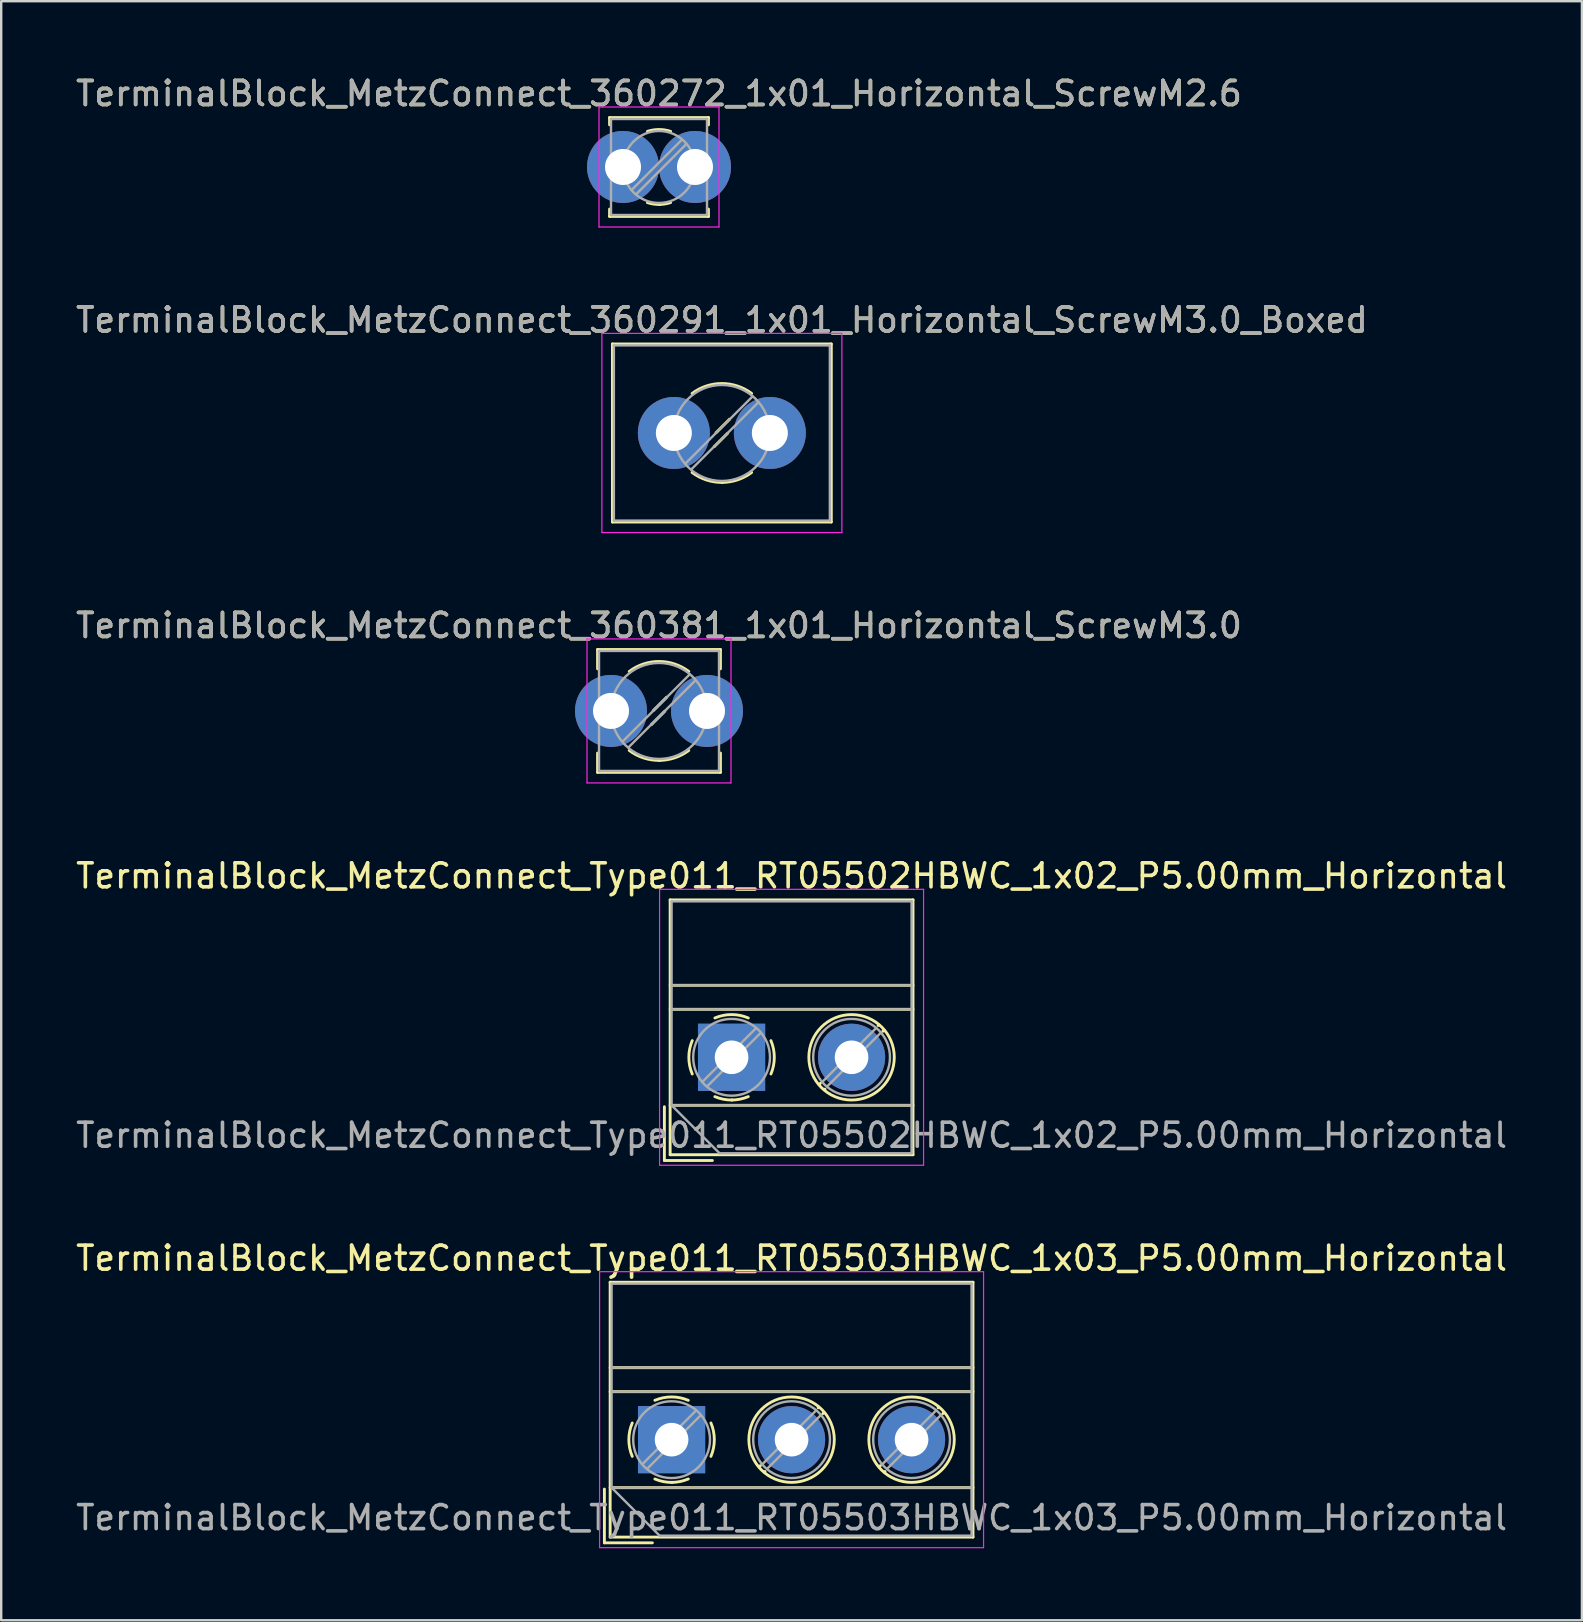
<source format=kicad_pcb>
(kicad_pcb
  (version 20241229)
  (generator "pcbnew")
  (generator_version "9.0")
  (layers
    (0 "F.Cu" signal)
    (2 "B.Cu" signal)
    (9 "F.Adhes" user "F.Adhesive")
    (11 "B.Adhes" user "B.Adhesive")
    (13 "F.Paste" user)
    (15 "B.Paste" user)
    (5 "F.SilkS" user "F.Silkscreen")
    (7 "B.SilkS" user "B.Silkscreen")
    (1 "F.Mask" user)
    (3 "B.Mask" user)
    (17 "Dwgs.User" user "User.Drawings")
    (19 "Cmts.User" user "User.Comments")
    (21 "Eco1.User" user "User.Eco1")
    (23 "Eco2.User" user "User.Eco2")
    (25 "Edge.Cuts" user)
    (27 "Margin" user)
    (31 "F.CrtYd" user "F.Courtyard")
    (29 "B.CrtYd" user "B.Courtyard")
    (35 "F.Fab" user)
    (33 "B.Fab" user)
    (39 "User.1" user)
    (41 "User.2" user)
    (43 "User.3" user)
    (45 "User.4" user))
  (footprint "TerminalBlock_MetzConnect_Type011_RT05503HBWC_1x03_P5.00mm_Horizontal"
    (layer "F.Cu")
    (at 24.935 56.941)
    (property "Reference" "TerminalBlock_MetzConnect_Type011_RT05503HBWC_1x03_P5.00mm_Horizontal" (at 5 -7.56 0) (layer "F.SilkS") (effects (font (size 1 1) (thickness 0.15))))
    (attr through_hole)
    (fp_line (start -2.8 2.06) (end -2.8 4.3) (stroke (width 0.12) (type solid)) (layer "F.SilkS"))
    (fp_line (start -2.8 4.3) (end -0.8 4.3) (stroke (width 0.12) (type solid)) (layer "F.SilkS"))
    (fp_line (start -2.56 -6.56) (end -2.56 4.06) (stroke (width 0.12) (type solid)) (layer "F.SilkS"))
    (fp_line (start -2.56 -6.56) (end 12.56 -6.56) (stroke (width 0.12) (type solid)) (layer "F.SilkS"))
    (fp_line (start -2.56 -3) (end 12.56 -3) (stroke (width 0.12) (type solid)) (layer "F.SilkS"))
    (fp_line (start -2.56 -2) (end 12.56 -2) (stroke (width 0.12) (type solid)) (layer "F.SilkS"))
    (fp_line (start -2.56 2) (end 12.56 2) (stroke (width 0.12) (type solid)) (layer "F.SilkS"))
    (fp_line (start -2.56 4.06) (end 12.56 4.06) (stroke (width 0.12) (type solid)) (layer "F.SilkS"))
    (fp_line (start 3.7 1.083) (end 3.65 1.133) (stroke (width 0.12) (type solid)) (layer "F.SilkS"))
    (fp_line (start 3.892 1.325) (end 3.868 1.35) (stroke (width 0.12) (type solid)) (layer "F.SilkS"))
    (fp_line (start 6.133 -1.35) (end 6.108 -1.326) (stroke (width 0.12) (type solid)) (layer "F.SilkS"))
    (fp_line (start 6.35 -1.133) (end 6.301 -1.083) (stroke (width 0.12) (type solid)) (layer "F.SilkS"))
    (fp_line (start 8.7 1.083) (end 8.65 1.133) (stroke (width 0.12) (type solid)) (layer "F.SilkS"))
    (fp_line (start 8.892 1.325) (end 8.868 1.35) (stroke (width 0.12) (type solid)) (layer "F.SilkS"))
    (fp_line (start 11.133 -1.35) (end 11.108 -1.326) (stroke (width 0.12) (type solid)) (layer "F.SilkS"))
    (fp_line (start 11.35 -1.133) (end 11.301 -1.083) (stroke (width 0.12) (type solid)) (layer "F.SilkS"))
    (fp_line (start 12.56 -6.56) (end 12.56 4.06) (stroke (width 0.12) (type solid)) (layer "F.SilkS"))
    (fp_arc (start -1.639206 0.695516) (mid -1.780657 -0.000263) (end -1.639 -0.696) (stroke (width 0.12) (type solid)) (layer "F.SilkS"))
    (fp_arc (start -0.695516 -1.639206) (mid 0.000263 -1.780657) (end 0.696 -1.639) (stroke (width 0.12) (type solid)) (layer "F.SilkS"))
    (fp_arc (start 0.030814 1.78039) (mid -0.340023 1.747891) (end -0.696 1.639) (stroke (width 0.12) (type solid)) (layer "F.SilkS"))
    (fp_arc (start 0.695501 1.638499) (mid 0.354875 1.744266) (end 0 1.78) (stroke (width 0.12) (type solid)) (layer "F.SilkS"))
    (fp_arc (start 1.639206 -0.695516) (mid 1.780657 0.000263) (end 1.639 0.696) (stroke (width 0.12) (type solid)) (layer "F.SilkS"))
    (fp_circle (center 5 0) (end 6.78 0) (stroke (width 0.12) (type solid)) (fill no) (layer "F.SilkS"))
    (fp_circle (center 10 0) (end 11.78 0) (stroke (width 0.12) (type solid)) (fill no) (layer "F.SilkS"))
    (fp_line (start -3 -7) (end -3 4.5) (stroke (width 0.05) (type solid)) (layer "F.CrtYd"))
    (fp_line (start -3 4.5) (end 13 4.5) (stroke (width 0.05) (type solid)) (layer "F.CrtYd"))
    (fp_line (start 13 -7) (end -3 -7) (stroke (width 0.05) (type solid)) (layer "F.CrtYd"))
    (fp_line (start 13 4.5) (end 13 -7) (stroke (width 0.05) (type solid)) (layer "F.CrtYd"))
    (fp_line (start -2.5 -6.5) (end 12.5 -6.5) (stroke (width 0.1) (type solid)) (layer "F.Fab"))
    (fp_line (start -2.5 -3) (end 12.5 -3) (stroke (width 0.1) (type solid)) (layer "F.Fab"))
    (fp_line (start -2.5 -2) (end 12.5 -2) (stroke (width 0.1) (type solid)) (layer "F.Fab"))
    (fp_line (start -2.5 2) (end -2.5 -6.5) (stroke (width 0.1) (type solid)) (layer "F.Fab"))
    (fp_line (start -2.5 2) (end 12.5 2) (stroke (width 0.1) (type solid)) (layer "F.Fab"))
    (fp_line (start -0.5 4) (end -2.5 2) (stroke (width 0.1) (type solid)) (layer "F.Fab"))
    (fp_line (start 1.019 -1.214) (end -1.214 1.018) (stroke (width 0.1) (type solid)) (layer "F.Fab"))
    (fp_line (start 1.214 -1.019) (end -1.019 1.214) (stroke (width 0.1) (type solid)) (layer "F.Fab"))
    (fp_line (start 6.019 -1.214) (end 3.787 1.018) (stroke (width 0.1) (type solid)) (layer "F.Fab"))
    (fp_line (start 6.214 -1.019) (end 3.982 1.214) (stroke (width 0.1) (type solid)) (layer "F.Fab"))
    (fp_line (start 11.019 -1.214) (end 8.787 1.018) (stroke (width 0.1) (type solid)) (layer "F.Fab"))
    (fp_line (start 11.214 -1.019) (end 8.982 1.214) (stroke (width 0.1) (type solid)) (layer "F.Fab"))
    (fp_line (start 12.5 -6.5) (end 12.5 4) (stroke (width 0.1) (type solid)) (layer "F.Fab"))
    (fp_line (start 12.5 4) (end -0.5 4) (stroke (width 0.1) (type solid)) (layer "F.Fab"))
    (fp_circle (center 0 0) (end 1.6 0) (stroke (width 0.1) (type solid)) (fill no) (layer "F.Fab"))
    (fp_circle (center 5 0) (end 6.6 0) (stroke (width 0.1) (type solid)) (fill no) (layer "F.Fab"))
    (fp_circle (center 10 0) (end 11.6 0) (stroke (width 0.1) (type solid)) (fill no) (layer "F.Fab"))
    (fp_text user "${REFERENCE}" (at 5 3.25 0) (layer "F.Fab") (effects (font (size 1 1) (thickness 0.15))))
    (pad "1" thru_hole rect (at 0 0) (size 2.8 2.8) (drill 1.4) (layers "*.Cu" "*.Mask"))
    (pad "2" thru_hole circle (at 5 0) (size 2.8 2.8) (drill 1.4) (layers "*.Cu" "*.Mask"))
    (pad "3" thru_hole circle (at 10 0) (size 2.8 2.8) (drill 1.4) (layers "*.Cu" "*.Mask")))
  (footprint "TerminalBlock_MetzConnect_360381_1x01_Horizontal_ScrewM3.0"
    (layer "F.Cu")
    (at 22.411 26.575)
    (property "Reference" "TerminalBlock_MetzConnect_360381_1x01_Horizontal_ScrewM3.0" (at 2 -3.56 0) (layer "F.SilkS") (effects (font (size 1 1) (thickness 0.15))))
    (attr through_hole)
    (fp_line (start -0.56 -2.56) (end -0.56 -1.755) (stroke (width 0.12) (type solid)) (layer "F.SilkS"))
    (fp_line (start -0.56 -2.56) (end 4.56 -2.56) (stroke (width 0.12) (type solid)) (layer "F.SilkS"))
    (fp_line (start -0.56 1.755) (end -0.56 2.56) (stroke (width 0.12) (type solid)) (layer "F.SilkS"))
    (fp_line (start -0.56 2.56) (end 4.56 2.56) (stroke (width 0.12) (type solid)) (layer "F.SilkS"))
    (fp_line (start 1.68 0.571) (end 1.68 0.571) (stroke (width 0.12) (type solid)) (layer "F.SilkS"))
    (fp_line (start 2.241 0.011) (end 1.708 0.543) (stroke (width 0.12) (type solid)) (layer "F.SilkS"))
    (fp_line (start 2.291 -0.543) (end 1.759 -0.011) (stroke (width 0.12) (type solid)) (layer "F.SilkS"))
    (fp_line (start 2.32 -0.572) (end 2.32 -0.572) (stroke (width 0.12) (type solid)) (layer "F.SilkS"))
    (fp_line (start 4.56 -2.56) (end 4.56 -1.755) (stroke (width 0.12) (type solid)) (layer "F.SilkS"))
    (fp_line (start 4.56 1.755) (end 4.56 2.56) (stroke (width 0.12) (type solid)) (layer "F.SilkS"))
    (fp_arc (start 0.759554 -1.645664) (mid 1.999721 -2.060805) (end 3.24 -1.646) (stroke (width 0.12) (type solid)) (layer "F.SilkS"))
    (fp_arc (start 2.034842 2.060314) (mid 1.362171 1.959409) (end 0.759 1.645) (stroke (width 0.12) (type solid)) (layer "F.SilkS"))
    (fp_arc (start 3.239739 1.645189) (mid 2.653648 1.953547) (end 2 2.06) (stroke (width 0.12) (type solid)) (layer "F.SilkS"))
    (fp_line (start -1 -3) (end -1 3) (stroke (width 0.05) (type solid)) (layer "F.CrtYd"))
    (fp_line (start -1 3) (end 5 3) (stroke (width 0.05) (type solid)) (layer "F.CrtYd"))
    (fp_line (start 5 -3) (end -1 -3) (stroke (width 0.05) (type solid)) (layer "F.CrtYd"))
    (fp_line (start 5 3) (end 5 -3) (stroke (width 0.05) (type solid)) (layer "F.CrtYd"))
    (fp_line (start -0.5 -2.5) (end -0.5 2.5) (stroke (width 0.1) (type solid)) (layer "F.Fab"))
    (fp_line (start -0.5 -2.5) (end 4.5 -2.5) (stroke (width 0.1) (type solid)) (layer "F.Fab"))
    (fp_line (start -0.5 2.5) (end 4.5 2.5) (stroke (width 0.1) (type solid)) (layer "F.Fab"))
    (fp_line (start 3.273 -1.517) (end 0.483 1.273) (stroke (width 0.1) (type solid)) (layer "F.Fab"))
    (fp_line (start 3.517 -1.273) (end 0.727 1.517) (stroke (width 0.1) (type solid)) (layer "F.Fab"))
    (fp_line (start 4.5 -2.5) (end 4.5 2.5) (stroke (width 0.1) (type solid)) (layer "F.Fab"))
    (fp_circle (center 2 0) (end 4 0) (stroke (width 0.1) (type solid)) (fill no) (layer "F.Fab"))
    (fp_text user "${REFERENCE}" (at 2 -3.56 0) (layer "F.Fab") (effects (font (size 1 1) (thickness 0.15))))
    (pad "1" thru_hole circle (at 0 0) (size 3 3) (drill 1.5) (layers "*.Cu" "*.Mask"))
    (pad "1" thru_hole circle (at 4 0) (size 3 3) (drill 1.5) (layers "*.Cu" "*.Mask")))
  (footprint "TerminalBlock_MetzConnect_360272_1x01_Horizontal_ScrewM2.6"
    (layer "F.Cu")
    (at 22.911 3.908)
    (property "Reference" "TerminalBlock_MetzConnect_360272_1x01_Horizontal_ScrewM2.6" (at 1.5 -3.06 0) (layer "F.SilkS") (effects (font (size 1 1) (thickness 0.15))))
    (attr through_hole)
    (fp_line (start -0.56 -2.06) (end -0.56 -1.755) (stroke (width 0.12) (type solid)) (layer "F.SilkS"))
    (fp_line (start -0.56 -2.06) (end 3.56 -2.06) (stroke (width 0.12) (type solid)) (layer "F.SilkS"))
    (fp_line (start -0.56 1.755) (end -0.56 2.06) (stroke (width 0.12) (type solid)) (layer "F.SilkS"))
    (fp_line (start -0.56 2.06) (end 3.56 2.06) (stroke (width 0.12) (type solid)) (layer "F.SilkS"))
    (fp_line (start 3.56 -2.06) (end 3.56 -1.755) (stroke (width 0.12) (type solid)) (layer "F.SilkS"))
    (fp_line (start 3.56 1.755) (end 3.56 2.06) (stroke (width 0.12) (type solid)) (layer "F.SilkS"))
    (fp_arc (start 1.018482 -1.484481) (mid 1.500779 -1.560623) (end 1.983 -1.484) (stroke (width 0.12) (type solid)) (layer "F.SilkS"))
    (fp_arc (start 1.526458 1.560399) (mid 1.268555 1.543366) (end 1.017 1.484) (stroke (width 0.12) (type solid)) (layer "F.SilkS"))
    (fp_arc (start 1.982067 1.483648) (mid 1.744038 1.540794) (end 1.5 1.56) (stroke (width 0.12) (type solid)) (layer "F.SilkS"))
    (fp_line (start -1 -2.5) (end -1 2.5) (stroke (width 0.05) (type solid)) (layer "F.CrtYd"))
    (fp_line (start -1 2.5) (end 4 2.5) (stroke (width 0.05) (type solid)) (layer "F.CrtYd"))
    (fp_line (start 4 -2.5) (end -1 -2.5) (stroke (width 0.05) (type solid)) (layer "F.CrtYd"))
    (fp_line (start 4 2.5) (end 4 -2.5) (stroke (width 0.05) (type solid)) (layer "F.CrtYd"))
    (fp_line (start -0.5 -2) (end -0.5 2) (stroke (width 0.1) (type solid)) (layer "F.Fab"))
    (fp_line (start -0.5 -2) (end 3.5 -2) (stroke (width 0.1) (type solid)) (layer "F.Fab"))
    (fp_line (start -0.5 2) (end 3.5 2) (stroke (width 0.1) (type solid)) (layer "F.Fab"))
    (fp_line (start 2.455 -1.138) (end 0.362 0.955) (stroke (width 0.1) (type solid)) (layer "F.Fab"))
    (fp_line (start 2.638 -0.955) (end 0.545 1.138) (stroke (width 0.1) (type solid)) (layer "F.Fab"))
    (fp_line (start 3.5 -2) (end 3.5 2) (stroke (width 0.1) (type solid)) (layer "F.Fab"))
    (fp_circle (center 1.5 0) (end 3 0) (stroke (width 0.1) (type solid)) (fill no) (layer "F.Fab"))
    (fp_text user "${REFERENCE}" (at 1.5 -3.06 0) (layer "F.Fab") (effects (font (size 1 1) (thickness 0.15))))
    (pad "1" thru_hole circle (at 0 0) (size 3 3) (drill 1.5) (layers "*.Cu" "*.Mask"))
    (pad "1" thru_hole circle (at 3 0) (size 3 3) (drill 1.5) (layers "*.Cu" "*.Mask")))
  (footprint "TerminalBlock_MetzConnect_Type011_RT05502HBWC_1x02_P5.00mm_Horizontal"
    (layer "F.Cu")
    (at 27.435 41.008)
    (property "Reference" "TerminalBlock_MetzConnect_Type011_RT05502HBWC_1x02_P5.00mm_Horizontal" (at 2.5 -7.56 0) (layer "F.SilkS") (effects (font (size 1 1) (thickness 0.15))))
    (attr through_hole)
    (fp_line (start -2.8 2.06) (end -2.8 4.3) (stroke (width 0.12) (type solid)) (layer "F.SilkS"))
    (fp_line (start -2.8 4.3) (end -0.8 4.3) (stroke (width 0.12) (type solid)) (layer "F.SilkS"))
    (fp_line (start -2.56 -6.56) (end -2.56 4.06) (stroke (width 0.12) (type solid)) (layer "F.SilkS"))
    (fp_line (start -2.56 -6.56) (end 7.56 -6.56) (stroke (width 0.12) (type solid)) (layer "F.SilkS"))
    (fp_line (start -2.56 -3) (end 7.56 -3) (stroke (width 0.12) (type solid)) (layer "F.SilkS"))
    (fp_line (start -2.56 -2) (end 7.56 -2) (stroke (width 0.12) (type solid)) (layer "F.SilkS"))
    (fp_line (start -2.56 2) (end 7.56 2) (stroke (width 0.12) (type solid)) (layer "F.SilkS"))
    (fp_line (start -2.56 4.06) (end 7.56 4.06) (stroke (width 0.12) (type solid)) (layer "F.SilkS"))
    (fp_line (start 3.7 1.083) (end 3.65 1.133) (stroke (width 0.12) (type solid)) (layer "F.SilkS"))
    (fp_line (start 3.892 1.325) (end 3.868 1.35) (stroke (width 0.12) (type solid)) (layer "F.SilkS"))
    (fp_line (start 6.133 -1.35) (end 6.108 -1.326) (stroke (width 0.12) (type solid)) (layer "F.SilkS"))
    (fp_line (start 6.35 -1.133) (end 6.301 -1.083) (stroke (width 0.12) (type solid)) (layer "F.SilkS"))
    (fp_line (start 7.56 -6.56) (end 7.56 4.06) (stroke (width 0.12) (type solid)) (layer "F.SilkS"))
    (fp_arc (start -1.639206 0.695516) (mid -1.780657 -0.000263) (end -1.639 -0.696) (stroke (width 0.12) (type solid)) (layer "F.SilkS"))
    (fp_arc (start -0.695516 -1.639206) (mid 0.000263 -1.780657) (end 0.696 -1.639) (stroke (width 0.12) (type solid)) (layer "F.SilkS"))
    (fp_arc (start 0.030814 1.78039) (mid -0.340023 1.747891) (end -0.696 1.639) (stroke (width 0.12) (type solid)) (layer "F.SilkS"))
    (fp_arc (start 0.695501 1.638499) (mid 0.354875 1.744266) (end 0 1.78) (stroke (width 0.12) (type solid)) (layer "F.SilkS"))
    (fp_arc (start 1.639206 -0.695516) (mid 1.780657 0.000263) (end 1.639 0.696) (stroke (width 0.12) (type solid)) (layer "F.SilkS"))
    (fp_circle (center 5 0) (end 6.78 0) (stroke (width 0.12) (type solid)) (fill no) (layer "F.SilkS"))
    (fp_line (start -3 -7) (end -3 4.5) (stroke (width 0.05) (type solid)) (layer "F.CrtYd"))
    (fp_line (start -3 4.5) (end 8 4.5) (stroke (width 0.05) (type solid)) (layer "F.CrtYd"))
    (fp_line (start 8 -7) (end -3 -7) (stroke (width 0.05) (type solid)) (layer "F.CrtYd"))
    (fp_line (start 8 4.5) (end 8 -7) (stroke (width 0.05) (type solid)) (layer "F.CrtYd"))
    (fp_line (start -2.5 -6.5) (end 7.5 -6.5) (stroke (width 0.1) (type solid)) (layer "F.Fab"))
    (fp_line (start -2.5 -3) (end 7.5 -3) (stroke (width 0.1) (type solid)) (layer "F.Fab"))
    (fp_line (start -2.5 -2) (end 7.5 -2) (stroke (width 0.1) (type solid)) (layer "F.Fab"))
    (fp_line (start -2.5 2) (end -2.5 -6.5) (stroke (width 0.1) (type solid)) (layer "F.Fab"))
    (fp_line (start -2.5 2) (end 7.5 2) (stroke (width 0.1) (type solid)) (layer "F.Fab"))
    (fp_line (start -0.5 4) (end -2.5 2) (stroke (width 0.1) (type solid)) (layer "F.Fab"))
    (fp_line (start 1.019 -1.214) (end -1.214 1.018) (stroke (width 0.1) (type solid)) (layer "F.Fab"))
    (fp_line (start 1.214 -1.019) (end -1.019 1.214) (stroke (width 0.1) (type solid)) (layer "F.Fab"))
    (fp_line (start 6.019 -1.214) (end 3.787 1.018) (stroke (width 0.1) (type solid)) (layer "F.Fab"))
    (fp_line (start 6.214 -1.019) (end 3.982 1.214) (stroke (width 0.1) (type solid)) (layer "F.Fab"))
    (fp_line (start 7.5 -6.5) (end 7.5 4) (stroke (width 0.1) (type solid)) (layer "F.Fab"))
    (fp_line (start 7.5 4) (end -0.5 4) (stroke (width 0.1) (type solid)) (layer "F.Fab"))
    (fp_circle (center 0 0) (end 1.6 0) (stroke (width 0.1) (type solid)) (fill no) (layer "F.Fab"))
    (fp_circle (center 5 0) (end 6.6 0) (stroke (width 0.1) (type solid)) (fill no) (layer "F.Fab"))
    (fp_text user "${REFERENCE}" (at 2.5 3.25 0) (layer "F.Fab") (effects (font (size 1 1) (thickness 0.15))))
    (pad "1" thru_hole rect (at 0 0) (size 2.8 2.8) (drill 1.4) (layers "*.Cu" "*.Mask"))
    (pad "2" thru_hole circle (at 5 0) (size 2.8 2.8) (drill 1.4) (layers "*.Cu" "*.Mask")))
  (footprint "TerminalBlock_MetzConnect_360291_1x01_Horizontal_ScrewM3.0_Boxed"
    (layer "F.Cu")
    (at 25.03 14.992)
    (property "Reference" "TerminalBlock_MetzConnect_360291_1x01_Horizontal_ScrewM3.0_Boxed" (at 2 -4.71 0) (layer "F.SilkS") (effects (font (size 1 1) (thickness 0.15))))
    (attr through_hole)
    (fp_line (start -2.56 -3.71) (end -2.56 3.71) (stroke (width 0.12) (type solid)) (layer "F.SilkS"))
    (fp_line (start -2.56 -3.71) (end 6.56 -3.71) (stroke (width 0.12) (type solid)) (layer "F.SilkS"))
    (fp_line (start -2.56 3.71) (end 6.56 3.71) (stroke (width 0.12) (type solid)) (layer "F.SilkS"))
    (fp_line (start 1.68 0.571) (end 1.68 0.571) (stroke (width 0.12) (type solid)) (layer "F.SilkS"))
    (fp_line (start 2.241 0.011) (end 1.708 0.543) (stroke (width 0.12) (type solid)) (layer "F.SilkS"))
    (fp_line (start 2.291 -0.543) (end 1.759 -0.011) (stroke (width 0.12) (type solid)) (layer "F.SilkS"))
    (fp_line (start 2.32 -0.572) (end 2.32 -0.572) (stroke (width 0.12) (type solid)) (layer "F.SilkS"))
    (fp_line (start 6.56 -3.71) (end 6.56 3.71) (stroke (width 0.12) (type solid)) (layer "F.SilkS"))
    (fp_arc (start 0.759554 -1.645664) (mid 1.999721 -2.060805) (end 3.24 -1.646) (stroke (width 0.12) (type solid)) (layer "F.SilkS"))
    (fp_arc (start 2.034842 2.060314) (mid 1.362171 1.959409) (end 0.759 1.645) (stroke (width 0.12) (type solid)) (layer "F.SilkS"))
    (fp_arc (start 3.239739 1.645189) (mid 2.653648 1.953547) (end 2 2.06) (stroke (width 0.12) (type solid)) (layer "F.SilkS"))
    (fp_line (start -3 -4.15) (end -3 4.15) (stroke (width 0.05) (type solid)) (layer "F.CrtYd"))
    (fp_line (start -3 4.15) (end 7 4.15) (stroke (width 0.05) (type solid)) (layer "F.CrtYd"))
    (fp_line (start 7 -4.15) (end -3 -4.15) (stroke (width 0.05) (type solid)) (layer "F.CrtYd"))
    (fp_line (start 7 4.15) (end 7 -4.15) (stroke (width 0.05) (type solid)) (layer "F.CrtYd"))
    (fp_line (start -2.5 -3.65) (end -2.5 3.65) (stroke (width 0.1) (type solid)) (layer "F.Fab"))
    (fp_line (start -2.5 -3.65) (end 6.5 -3.65) (stroke (width 0.1) (type solid)) (layer "F.Fab"))
    (fp_line (start -2.5 3.65) (end 6.5 3.65) (stroke (width 0.1) (type solid)) (layer "F.Fab"))
    (fp_line (start 3.273 -1.517) (end 0.483 1.273) (stroke (width 0.1) (type solid)) (layer "F.Fab"))
    (fp_line (start 3.517 -1.273) (end 0.727 1.517) (stroke (width 0.1) (type solid)) (layer "F.Fab"))
    (fp_line (start 6.5 -3.65) (end 6.5 3.65) (stroke (width 0.1) (type solid)) (layer "F.Fab"))
    (fp_circle (center 2 0) (end 4 0) (stroke (width 0.1) (type solid)) (fill no) (layer "F.Fab"))
    (fp_text user "${REFERENCE}" (at 2 -4.71 0) (layer "F.Fab") (effects (font (size 1 1) (thickness 0.15))))
    (pad "1" thru_hole circle (at 0 0) (size 3 3) (drill 1.5) (layers "*.Cu" "*.Mask"))
    (pad "1" thru_hole circle (at 4 0) (size 3 3) (drill 1.5) (layers "*.Cu" "*.Mask")))
  (gr_rect
    (start -3 -3)
    (end 62.869 64.466)
    (stroke (width 0.1) (type default))
    (fill no)
    (layer "Edge.Cuts")))
</source>
